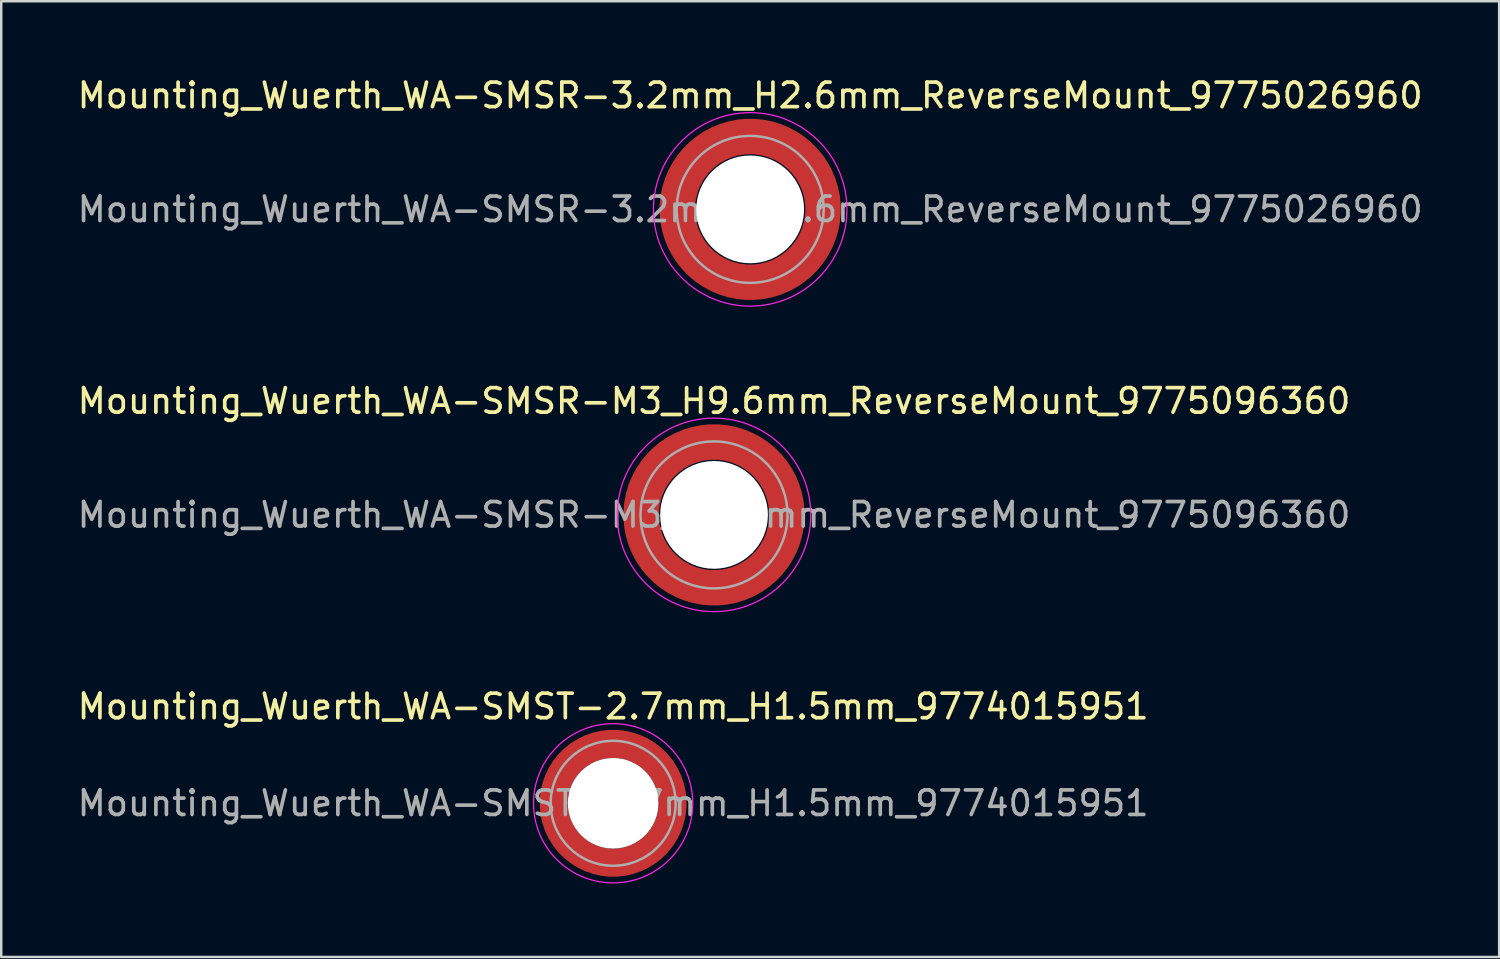
<source format=kicad_pcb>
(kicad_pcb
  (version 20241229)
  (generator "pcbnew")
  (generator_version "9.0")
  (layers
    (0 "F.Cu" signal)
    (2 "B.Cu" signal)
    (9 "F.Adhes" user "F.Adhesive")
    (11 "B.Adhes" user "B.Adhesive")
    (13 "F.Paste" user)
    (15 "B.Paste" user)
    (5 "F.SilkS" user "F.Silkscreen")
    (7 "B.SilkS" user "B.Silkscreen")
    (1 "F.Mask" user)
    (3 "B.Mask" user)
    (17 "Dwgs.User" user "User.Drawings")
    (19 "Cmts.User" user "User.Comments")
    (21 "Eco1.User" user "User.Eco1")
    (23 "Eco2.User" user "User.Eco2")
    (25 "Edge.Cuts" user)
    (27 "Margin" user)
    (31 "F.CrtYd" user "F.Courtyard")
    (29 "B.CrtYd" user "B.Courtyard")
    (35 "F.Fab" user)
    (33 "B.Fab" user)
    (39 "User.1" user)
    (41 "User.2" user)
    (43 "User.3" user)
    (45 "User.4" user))
  (footprint "Mounting_Wuerth_WA-SMSR-M3_H9.6mm_ReverseMount_9775096360"
    (layer "F.Cu")
    (at 26.101 17.971)
    (property "Reference" "Mounting_Wuerth_WA-SMSR-M3_H9.6mm_ReverseMount_9775096360" (at 0 -4.65 0) (layer "F.SilkS") (effects (font (size 1 1) (thickness 0.15))))
    (property "Mouser Part no." "" (at 0 0 0) (layer "F.Fab") (effects (font (size 1.27 1.27) (thickness 0.15))))
    (property "Mouser link" "" (at 0 0 0) (layer "F.Fab") (effects (font (size 1.27 1.27) (thickness 0.15))))
    (attr smd)
    (fp_circle (center 0 0) (end 3.95 0) (stroke (width 0.05) (type solid)) (fill no) (layer "F.CrtYd"))
    (fp_circle (center 0 0) (end 3 0) (stroke (width 0.1) (type solid)) (fill no) (layer "F.Fab"))
    (fp_text user "${REFERENCE}" (at 0 0 0) (layer "F.Fab") (effects (font (size 1 1) (thickness 0.15))))
    (pad "" smd custom (at -2.095 -2.095) (size 0.945 0.945) (layers "F.Paste") (options (anchor circle)) (primitives (gr_arc (start -0.24231 1.594804) (mid 0.404104 0.405534) (end 1.592827 -0.241886) (width 0.2)) (gr_arc (start -0.3398 1.594804) (mid 0.335987 0.338711) (end 1.591031 -0.339022) (width 0.2)) (gr_arc (start -0.437132 1.594804) (mid 0.268952 0.270807) (end 1.592231 -0.436623) (width 0.2)) (gr_arc (start -0.534324 1.594804) (mid 0.201345 0.203474) (end 1.591846 -0.53376) (width 0.2)) (gr_arc (start -0.631391 1.594804) (mid 0.134696 0.135183) (end 1.594126 -0.631267) (width 0.2)) (gr_arc (start -0.728345 1.594804) (mid 0.067234 0.067705) (end 1.594149 -0.728229) (width 0.2)) (gr_arc (start -0.825197 1.594804) (mid -0.001218 0.001219) (end 1.591408 -0.824614) (width 0.2)) (gr_arc (start -0.921958 1.594804) (mid -0.068952 -0.065985) (end 1.590665 -0.921269) (width 0.2)) (gr_arc (start -1.018637 1.594804) (mid -0.135972 -0.133907) (end 1.59192 -1.018172) (width 0.2)) (gr_arc (start -1.115239 1.594804) (mid -0.20428 -0.200537) (end 1.589574 -1.11442) (width 0.2)) (gr_arc (start -1.211773 1.594804) (mid -0.26993 -0.269828) (end 1.594662 -1.211751) (width 0.2)) (gr_arc (start -1.308244 1.594804) (mid -0.33911 -0.335587) (end 1.589875 -1.307516) (width 0.2)) (gr_arc (start -1.404657 1.594804) (mid -0.405633 -0.404004) (end 1.592524 -1.404331) (width 0.2)) (gr_arc (start -1.404657 1.594804) (mid -0.405633 -0.404004) (end 1.592524 -1.404331) (width 0.2)) (gr_line (start 1.595 -0.242) (end 1.595 -1.405) (width 0.2)) (gr_line (start -0.242 1.595) (end -1.405 1.595) (width 0.2))))
    (pad "" smd custom (at -2.095 2.095) (size 0.945 0.945) (layers "F.Paste") (options (anchor circle)) (primitives (gr_arc (start 1.594804 0.24231) (mid 0.405534 -0.404104) (end -0.241886 -1.592827) (width 0.2)) (gr_arc (start 1.594804 0.3398) (mid 0.338711 -0.335987) (end -0.339022 -1.591031) (width 0.2)) (gr_arc (start 1.594804 0.437132) (mid 0.270807 -0.268952) (end -0.436623 -1.592231) (width 0.2)) (gr_arc (start 1.594804 0.534324) (mid 0.203474 -0.201345) (end -0.53376 -1.591846) (width 0.2)) (gr_arc (start 1.594804 0.631391) (mid 0.135183 -0.134696) (end -0.631267 -1.594126) (width 0.2)) (gr_arc (start 1.594804 0.728345) (mid 0.067705 -0.067234) (end -0.728229 -1.594149) (width 0.2)) (gr_arc (start 1.594804 0.825197) (mid 0.001219 0.001218) (end -0.824614 -1.591408) (width 0.2)) (gr_arc (start 1.594804 0.921958) (mid -0.065985 0.068952) (end -0.921269 -1.590665) (width 0.2)) (gr_arc (start 1.594804 1.018637) (mid -0.133907 0.135972) (end -1.018172 -1.59192) (width 0.2)) (gr_arc (start 1.594804 1.115239) (mid -0.200537 0.20428) (end -1.11442 -1.589574) (width 0.2)) (gr_arc (start 1.594804 1.211773) (mid -0.269828 0.26993) (end -1.211751 -1.594662) (width 0.2)) (gr_arc (start 1.594804 1.308244) (mid -0.335587 0.33911) (end -1.307516 -1.589875) (width 0.2)) (gr_arc (start 1.594804 1.404657) (mid -0.404004 0.405633) (end -1.404331 -1.592524) (width 0.2)) (gr_arc (start 1.594804 1.404657) (mid -0.404004 0.405633) (end -1.404331 -1.592524) (width 0.2)) (gr_line (start -0.242 -1.595) (end -1.405 -1.595) (width 0.2)) (gr_line (start 1.595 0.242) (end 1.595 1.405) (width 0.2))))
    (pad "" np_thru_hole circle (at 0 0) (size 4.4 4.4) (drill 4.4) (layers "*.Cu" "*.Mask"))
    (pad "" smd custom (at 2.095 -2.095) (size 0.945 0.945) (layers "F.Paste") (options (anchor circle)) (primitives (gr_arc (start -1.594804 -0.24231) (mid -0.405534 0.404104) (end 0.241886 1.592827) (width 0.2)) (gr_arc (start -1.594804 -0.3398) (mid -0.338711 0.335987) (end 0.339022 1.591031) (width 0.2)) (gr_arc (start -1.594804 -0.437132) (mid -0.270807 0.268952) (end 0.436623 1.592231) (width 0.2)) (gr_arc (start -1.594804 -0.534324) (mid -0.203474 0.201345) (end 0.53376 1.591846) (width 0.2)) (gr_arc (start -1.594804 -0.631391) (mid -0.135183 0.134696) (end 0.631267 1.594126) (width 0.2)) (gr_arc (start -1.594804 -0.728345) (mid -0.067705 0.067234) (end 0.728229 1.594149) (width 0.2)) (gr_arc (start -1.594804 -0.825197) (mid -0.001219 -0.001218) (end 0.824614 1.591408) (width 0.2)) (gr_arc (start -1.594804 -0.921958) (mid 0.065985 -0.068952) (end 0.921269 1.590665) (width 0.2)) (gr_arc (start -1.594804 -1.018637) (mid 0.133907 -0.135972) (end 1.018172 1.59192) (width 0.2)) (gr_arc (start -1.594804 -1.115239) (mid 0.200537 -0.20428) (end 1.11442 1.589574) (width 0.2)) (gr_arc (start -1.594804 -1.211773) (mid 0.269828 -0.26993) (end 1.211751 1.594662) (width 0.2)) (gr_arc (start -1.594804 -1.308244) (mid 0.335587 -0.33911) (end 1.307516 1.589875) (width 0.2)) (gr_arc (start -1.594804 -1.404657) (mid 0.404004 -0.405633) (end 1.404331 1.592524) (width 0.2)) (gr_arc (start -1.594804 -1.404657) (mid 0.404004 -0.405633) (end 1.404331 1.592524) (width 0.2)) (gr_line (start 0.242 1.595) (end 1.405 1.595) (width 0.2)) (gr_line (start -1.595 -0.242) (end -1.595 -1.405) (width 0.2))))
    (pad "" smd custom (at 2.095 2.095) (size 0.945 0.945) (layers "F.Paste") (options (anchor circle)) (primitives (gr_arc (start 0.24231 -1.594804) (mid -0.404104 -0.405534) (end -1.592827 0.241886) (width 0.2)) (gr_arc (start 0.3398 -1.594804) (mid -0.335987 -0.338711) (end -1.591031 0.339022) (width 0.2)) (gr_arc (start 0.437132 -1.594804) (mid -0.268952 -0.270807) (end -1.592231 0.436623) (width 0.2)) (gr_arc (start 0.534324 -1.594804) (mid -0.201345 -0.203474) (end -1.591846 0.53376) (width 0.2)) (gr_arc (start 0.631391 -1.594804) (mid -0.134696 -0.135183) (end -1.594126 0.631267) (width 0.2)) (gr_arc (start 0.728345 -1.594804) (mid -0.067234 -0.067705) (end -1.594149 0.728229) (width 0.2)) (gr_arc (start 0.825197 -1.594804) (mid 0.001218 -0.001219) (end -1.591408 0.824614) (width 0.2)) (gr_arc (start 0.921958 -1.594804) (mid 0.068952 0.065985) (end -1.590665 0.921269) (width 0.2)) (gr_arc (start 1.018637 -1.594804) (mid 0.135972 0.133907) (end -1.59192 1.018172) (width 0.2)) (gr_arc (start 1.115239 -1.594804) (mid 0.20428 0.200537) (end -1.589574 1.11442) (width 0.2)) (gr_arc (start 1.211773 -1.594804) (mid 0.26993 0.269828) (end -1.594662 1.211751) (width 0.2)) (gr_arc (start 1.308244 -1.594804) (mid 0.33911 0.335587) (end -1.589875 1.307516) (width 0.2)) (gr_arc (start 1.404657 -1.594804) (mid 0.405633 0.404004) (end -1.592524 1.404331) (width 0.2)) (gr_arc (start 1.404657 -1.594804) (mid 0.405633 0.404004) (end -1.592524 1.404331) (width 0.2)) (gr_line (start -1.595 0.242) (end -1.595 1.405) (width 0.2)) (gr_line (start 0.242 -1.595) (end 1.405 -1.595) (width 0.2))))
    (pad "1" smd circle (at -2.975 0) (size 1.05 1.05) (layers "F.Cu"))
    (pad "1" smd circle (at 0 -2.975) (size 1.05 1.05) (layers "F.Cu"))
    (pad "1" smd circle (at 0 2.975) (size 1.05 1.05) (layers "F.Cu"))
    (pad "1" smd custom (at 2.975 0) (size 1.05 1.05) (layers "F.Cu" "F.Mask") (options (anchor circle)) (primitives (gr_circle (center -2.975 0) (end 0 0) (width 1.45) (fill no)))))
  (footprint "Mounting_Wuerth_WA-SMSR-3.2mm_H2.6mm_ReverseMount_9775026960"
    (layer "F.Cu")
    (at 27.577 5.498)
    (property "Reference" "Mounting_Wuerth_WA-SMSR-3.2mm_H2.6mm_ReverseMount_9775026960" (at 0 -4.65 0) (layer "F.SilkS") (effects (font (size 1 1) (thickness 0.15))))
    (property "Mouser Part no." "" (at 0 0 0) (layer "F.Fab") (effects (font (size 1.27 1.27) (thickness 0.15))))
    (property "Mouser link" "" (at 0 0 0) (layer "F.Fab") (effects (font (size 1.27 1.27) (thickness 0.15))))
    (attr smd)
    (fp_circle (center 0 0) (end 3.95 0) (stroke (width 0.05) (type solid)) (fill no) (layer "F.CrtYd"))
    (fp_circle (center 0 0) (end 3 0) (stroke (width 0.1) (type solid)) (fill no) (layer "F.Fab"))
    (fp_text user "${REFERENCE}" (at 0 0 0) (layer "F.Fab") (effects (font (size 1 1) (thickness 0.15))))
    (pad "" smd custom (at -2.095 -2.095) (size 0.945 0.945) (layers "F.Paste") (options (anchor circle)) (primitives (gr_arc (start -0.24231 1.594804) (mid 0.404104 0.405534) (end 1.592827 -0.241886) (width 0.2)) (gr_arc (start -0.3398 1.594804) (mid 0.335987 0.338711) (end 1.591031 -0.339022) (width 0.2)) (gr_arc (start -0.437132 1.594804) (mid 0.268952 0.270807) (end 1.592231 -0.436623) (width 0.2)) (gr_arc (start -0.534324 1.594804) (mid 0.201345 0.203474) (end 1.591846 -0.53376) (width 0.2)) (gr_arc (start -0.631391 1.594804) (mid 0.134696 0.135183) (end 1.594126 -0.631267) (width 0.2)) (gr_arc (start -0.728345 1.594804) (mid 0.067234 0.067705) (end 1.594149 -0.728229) (width 0.2)) (gr_arc (start -0.825197 1.594804) (mid -0.001218 0.001219) (end 1.591408 -0.824614) (width 0.2)) (gr_arc (start -0.921958 1.594804) (mid -0.068952 -0.065985) (end 1.590665 -0.921269) (width 0.2)) (gr_arc (start -1.018637 1.594804) (mid -0.135972 -0.133907) (end 1.59192 -1.018172) (width 0.2)) (gr_arc (start -1.115239 1.594804) (mid -0.20428 -0.200537) (end 1.589574 -1.11442) (width 0.2)) (gr_arc (start -1.211773 1.594804) (mid -0.26993 -0.269828) (end 1.594662 -1.211751) (width 0.2)) (gr_arc (start -1.308244 1.594804) (mid -0.33911 -0.335587) (end 1.589875 -1.307516) (width 0.2)) (gr_arc (start -1.404657 1.594804) (mid -0.405633 -0.404004) (end 1.592524 -1.404331) (width 0.2)) (gr_arc (start -1.404657 1.594804) (mid -0.405633 -0.404004) (end 1.592524 -1.404331) (width 0.2)) (gr_line (start 1.595 -0.242) (end 1.595 -1.405) (width 0.2)) (gr_line (start -0.242 1.595) (end -1.405 1.595) (width 0.2))))
    (pad "" smd custom (at -2.095 2.095) (size 0.945 0.945) (layers "F.Paste") (options (anchor circle)) (primitives (gr_arc (start 1.594804 0.24231) (mid 0.405534 -0.404104) (end -0.241886 -1.592827) (width 0.2)) (gr_arc (start 1.594804 0.3398) (mid 0.338711 -0.335987) (end -0.339022 -1.591031) (width 0.2)) (gr_arc (start 1.594804 0.437132) (mid 0.270807 -0.268952) (end -0.436623 -1.592231) (width 0.2)) (gr_arc (start 1.594804 0.534324) (mid 0.203474 -0.201345) (end -0.53376 -1.591846) (width 0.2)) (gr_arc (start 1.594804 0.631391) (mid 0.135183 -0.134696) (end -0.631267 -1.594126) (width 0.2)) (gr_arc (start 1.594804 0.728345) (mid 0.067705 -0.067234) (end -0.728229 -1.594149) (width 0.2)) (gr_arc (start 1.594804 0.825197) (mid 0.001219 0.001218) (end -0.824614 -1.591408) (width 0.2)) (gr_arc (start 1.594804 0.921958) (mid -0.065985 0.068952) (end -0.921269 -1.590665) (width 0.2)) (gr_arc (start 1.594804 1.018637) (mid -0.133907 0.135972) (end -1.018172 -1.59192) (width 0.2)) (gr_arc (start 1.594804 1.115239) (mid -0.200537 0.20428) (end -1.11442 -1.589574) (width 0.2)) (gr_arc (start 1.594804 1.211773) (mid -0.269828 0.26993) (end -1.211751 -1.594662) (width 0.2)) (gr_arc (start 1.594804 1.308244) (mid -0.335587 0.33911) (end -1.307516 -1.589875) (width 0.2)) (gr_arc (start 1.594804 1.404657) (mid -0.404004 0.405633) (end -1.404331 -1.592524) (width 0.2)) (gr_arc (start 1.594804 1.404657) (mid -0.404004 0.405633) (end -1.404331 -1.592524) (width 0.2)) (gr_line (start -0.242 -1.595) (end -1.405 -1.595) (width 0.2)) (gr_line (start 1.595 0.242) (end 1.595 1.405) (width 0.2))))
    (pad "" np_thru_hole circle (at 0 0) (size 4.4 4.4) (drill 4.4) (layers "*.Cu" "*.Mask"))
    (pad "" smd custom (at 2.095 -2.095) (size 0.945 0.945) (layers "F.Paste") (options (anchor circle)) (primitives (gr_arc (start -1.594804 -0.24231) (mid -0.405534 0.404104) (end 0.241886 1.592827) (width 0.2)) (gr_arc (start -1.594804 -0.3398) (mid -0.338711 0.335987) (end 0.339022 1.591031) (width 0.2)) (gr_arc (start -1.594804 -0.437132) (mid -0.270807 0.268952) (end 0.436623 1.592231) (width 0.2)) (gr_arc (start -1.594804 -0.534324) (mid -0.203474 0.201345) (end 0.53376 1.591846) (width 0.2)) (gr_arc (start -1.594804 -0.631391) (mid -0.135183 0.134696) (end 0.631267 1.594126) (width 0.2)) (gr_arc (start -1.594804 -0.728345) (mid -0.067705 0.067234) (end 0.728229 1.594149) (width 0.2)) (gr_arc (start -1.594804 -0.825197) (mid -0.001219 -0.001218) (end 0.824614 1.591408) (width 0.2)) (gr_arc (start -1.594804 -0.921958) (mid 0.065985 -0.068952) (end 0.921269 1.590665) (width 0.2)) (gr_arc (start -1.594804 -1.018637) (mid 0.133907 -0.135972) (end 1.018172 1.59192) (width 0.2)) (gr_arc (start -1.594804 -1.115239) (mid 0.200537 -0.20428) (end 1.11442 1.589574) (width 0.2)) (gr_arc (start -1.594804 -1.211773) (mid 0.269828 -0.26993) (end 1.211751 1.594662) (width 0.2)) (gr_arc (start -1.594804 -1.308244) (mid 0.335587 -0.33911) (end 1.307516 1.589875) (width 0.2)) (gr_arc (start -1.594804 -1.404657) (mid 0.404004 -0.405633) (end 1.404331 1.592524) (width 0.2)) (gr_arc (start -1.594804 -1.404657) (mid 0.404004 -0.405633) (end 1.404331 1.592524) (width 0.2)) (gr_line (start 0.242 1.595) (end 1.405 1.595) (width 0.2)) (gr_line (start -1.595 -0.242) (end -1.595 -1.405) (width 0.2))))
    (pad "" smd custom (at 2.095 2.095) (size 0.945 0.945) (layers "F.Paste") (options (anchor circle)) (primitives (gr_arc (start 0.24231 -1.594804) (mid -0.404104 -0.405534) (end -1.592827 0.241886) (width 0.2)) (gr_arc (start 0.3398 -1.594804) (mid -0.335987 -0.338711) (end -1.591031 0.339022) (width 0.2)) (gr_arc (start 0.437132 -1.594804) (mid -0.268952 -0.270807) (end -1.592231 0.436623) (width 0.2)) (gr_arc (start 0.534324 -1.594804) (mid -0.201345 -0.203474) (end -1.591846 0.53376) (width 0.2)) (gr_arc (start 0.631391 -1.594804) (mid -0.134696 -0.135183) (end -1.594126 0.631267) (width 0.2)) (gr_arc (start 0.728345 -1.594804) (mid -0.067234 -0.067705) (end -1.594149 0.728229) (width 0.2)) (gr_arc (start 0.825197 -1.594804) (mid 0.001218 -0.001219) (end -1.591408 0.824614) (width 0.2)) (gr_arc (start 0.921958 -1.594804) (mid 0.068952 0.065985) (end -1.590665 0.921269) (width 0.2)) (gr_arc (start 1.018637 -1.594804) (mid 0.135972 0.133907) (end -1.59192 1.018172) (width 0.2)) (gr_arc (start 1.115239 -1.594804) (mid 0.20428 0.200537) (end -1.589574 1.11442) (width 0.2)) (gr_arc (start 1.211773 -1.594804) (mid 0.26993 0.269828) (end -1.594662 1.211751) (width 0.2)) (gr_arc (start 1.308244 -1.594804) (mid 0.33911 0.335587) (end -1.589875 1.307516) (width 0.2)) (gr_arc (start 1.404657 -1.594804) (mid 0.405633 0.404004) (end -1.592524 1.404331) (width 0.2)) (gr_arc (start 1.404657 -1.594804) (mid 0.405633 0.404004) (end -1.592524 1.404331) (width 0.2)) (gr_line (start -1.595 0.242) (end -1.595 1.405) (width 0.2)) (gr_line (start 0.242 -1.595) (end 1.405 -1.595) (width 0.2))))
    (pad "1" smd circle (at -2.975 0) (size 1.05 1.05) (layers "F.Cu"))
    (pad "1" smd circle (at 0 -2.975) (size 1.05 1.05) (layers "F.Cu"))
    (pad "1" smd circle (at 0 2.975) (size 1.05 1.05) (layers "F.Cu"))
    (pad "1" smd custom (at 2.975 0) (size 1.05 1.05) (layers "F.Cu" "F.Mask") (options (anchor circle)) (primitives (gr_circle (center -2.975 0) (end 0 0) (width 1.45) (fill no)))))
  (footprint "Mounting_Wuerth_WA-SMST-2.7mm_H1.5mm_9774015951"
    (layer "F.Cu")
    (at 21.982 29.745)
    (property "Reference" "Mounting_Wuerth_WA-SMST-2.7mm_H1.5mm_9774015951" (at 0 -3.95 0) (layer "F.SilkS") (effects (font (size 1 1) (thickness 0.15))))
    (property "Mouser Part no." "" (at 0 0 0) (layer "F.Fab") (effects (font (size 1.27 1.27) (thickness 0.15))))
    (property "Mouser link" "" (at 0 0 0) (layer "F.Fab") (effects (font (size 1.27 1.27) (thickness 0.15))))
    (attr smd)
    (fp_circle (center 0 0) (end 3.25 0) (stroke (width 0.05) (type solid)) (fill no) (layer "F.CrtYd"))
    (fp_circle (center 0 0) (end 2.55 0) (stroke (width 0.1) (type solid)) (fill no) (layer "F.Fab"))
    (fp_text user "${REFERENCE}" (at 0 0 0) (layer "F.Fab") (effects (font (size 1 1) (thickness 0.15))))
    (pad "" smd custom (at -1.704 -1.704) (size 0.62 0.62) (layers "F.Paste") (options (anchor circle)) (primitives (gr_arc (start -0.250195 1.279127) (mid 0.289146 0.290681) (end 1.277006 -0.249732) (width 0.2)) (gr_arc (start -0.34334 1.279127) (mid 0.224883 0.226093) (end 1.277452 -0.342992) (width 0.2)) (gr_arc (start -0.436309 1.279127) (mid 0.160537 0.16159) (end 1.277666 -0.436018) (width 0.2)) (gr_arc (start -0.529126 1.279127) (mid 0.095932 0.097343) (end 1.277167 -0.528752) (width 0.2)) (gr_arc (start -0.621807 1.279127) (mid 0.0309 0.033527) (end 1.275473 -0.621136) (width 0.2)) (gr_arc (start -0.71437 1.279127) (mid -0.03322 -0.031206) (end 1.276322 -0.713875) (width 0.2)) (gr_arc (start -0.806826 1.279127) (mid -0.097997 -0.095278) (end 1.275336 -0.806181) (width 0.2)) (gr_arc (start -0.899187 1.279127) (mid -0.161977 -0.160149) (end 1.276577 -0.898769) (width 0.2)) (gr_arc (start -0.991463 1.279127) (mid -0.226842 -0.224133) (end 1.275343 -0.990864) (width 0.2)) (gr_arc (start -1.083663 1.279127) (mid -0.291026 -0.288801) (end 1.276016 -1.083187) (width 0.2)) (gr_line (start 1.279 -0.25) (end 1.279 -1.084) (width 0.2)) (gr_line (start -0.25 1.279) (end -1.084 1.279) (width 0.2))))
    (pad "" smd custom (at -1.704 1.704) (size 0.62 0.62) (layers "F.Paste") (options (anchor circle)) (primitives (gr_arc (start 1.279127 0.250195) (mid 0.290681 -0.289146) (end -0.249732 -1.277006) (width 0.2)) (gr_arc (start 1.279127 0.34334) (mid 0.226093 -0.224883) (end -0.342992 -1.277452) (width 0.2)) (gr_arc (start 1.279127 0.436309) (mid 0.16159 -0.160537) (end -0.436018 -1.277666) (width 0.2)) (gr_arc (start 1.279127 0.529126) (mid 0.097343 -0.095932) (end -0.528752 -1.277167) (width 0.2)) (gr_arc (start 1.279127 0.621807) (mid 0.033527 -0.0309) (end -0.621136 -1.275473) (width 0.2)) (gr_arc (start 1.279127 0.71437) (mid -0.031206 0.03322) (end -0.713875 -1.276322) (width 0.2)) (gr_arc (start 1.279127 0.806826) (mid -0.095278 0.097997) (end -0.806181 -1.275336) (width 0.2)) (gr_arc (start 1.279127 0.899187) (mid -0.160149 0.161977) (end -0.898769 -1.276577) (width 0.2)) (gr_arc (start 1.279127 0.991463) (mid -0.224133 0.226842) (end -0.990864 -1.275343) (width 0.2)) (gr_arc (start 1.279127 1.083663) (mid -0.288801 0.291026) (end -1.083187 -1.276016) (width 0.2)) (gr_line (start -0.25 -1.279) (end -1.084 -1.279) (width 0.2)) (gr_line (start 1.279 0.25) (end 1.279 1.084) (width 0.2))))
    (pad "" np_thru_hole circle (at 0 0) (size 3.7 3.7) (drill 3.7) (layers "*.Cu" "*.Mask"))
    (pad "" smd custom (at 1.704 -1.704) (size 0.62 0.62) (layers "F.Paste") (options (anchor circle)) (primitives (gr_arc (start -1.279127 -0.250195) (mid -0.290681 0.289146) (end 0.249732 1.277006) (width 0.2)) (gr_arc (start -1.279127 -0.34334) (mid -0.226093 0.224883) (end 0.342992 1.277452) (width 0.2)) (gr_arc (start -1.279127 -0.436309) (mid -0.16159 0.160537) (end 0.436018 1.277666) (width 0.2)) (gr_arc (start -1.279127 -0.529126) (mid -0.097343 0.095932) (end 0.528752 1.277167) (width 0.2)) (gr_arc (start -1.279127 -0.621807) (mid -0.033527 0.0309) (end 0.621136 1.275473) (width 0.2)) (gr_arc (start -1.279127 -0.71437) (mid 0.031206 -0.03322) (end 0.713875 1.276322) (width 0.2)) (gr_arc (start -1.279127 -0.806826) (mid 0.095278 -0.097997) (end 0.806181 1.275336) (width 0.2)) (gr_arc (start -1.279127 -0.899187) (mid 0.160149 -0.161977) (end 0.898769 1.276577) (width 0.2)) (gr_arc (start -1.279127 -0.991463) (mid 0.224133 -0.226842) (end 0.990864 1.275343) (width 0.2)) (gr_arc (start -1.279127 -1.083663) (mid 0.288801 -0.291026) (end 1.083187 1.276016) (width 0.2)) (gr_line (start 0.25 1.279) (end 1.084 1.279) (width 0.2)) (gr_line (start -1.279 -0.25) (end -1.279 -1.084) (width 0.2))))
    (pad "" smd custom (at 1.704 1.704) (size 0.62 0.62) (layers "F.Paste") (options (anchor circle)) (primitives (gr_arc (start 0.250195 -1.279127) (mid -0.289146 -0.290681) (end -1.277006 0.249732) (width 0.2)) (gr_arc (start 0.34334 -1.279127) (mid -0.224883 -0.226093) (end -1.277452 0.342992) (width 0.2)) (gr_arc (start 0.436309 -1.279127) (mid -0.160537 -0.16159) (end -1.277666 0.436018) (width 0.2)) (gr_arc (start 0.529126 -1.279127) (mid -0.095932 -0.097343) (end -1.277167 0.528752) (width 0.2)) (gr_arc (start 0.621807 -1.279127) (mid -0.0309 -0.033527) (end -1.275473 0.621136) (width 0.2)) (gr_arc (start 0.71437 -1.279127) (mid 0.03322 0.031206) (end -1.276322 0.713875) (width 0.2)) (gr_arc (start 0.806826 -1.279127) (mid 0.097997 0.095278) (end -1.275336 0.806181) (width 0.2)) (gr_arc (start 0.899187 -1.279127) (mid 0.161977 0.160149) (end -1.276577 0.898769) (width 0.2)) (gr_arc (start 0.991463 -1.279127) (mid 0.226842 0.224133) (end -1.275343 0.990864) (width 0.2)) (gr_arc (start 1.083663 -1.279127) (mid 0.291026 0.288801) (end -1.276016 1.083187) (width 0.2)) (gr_line (start -1.279 0.25) (end -1.279 1.084) (width 0.2)) (gr_line (start 0.25 -1.279) (end 1.084 -1.279) (width 0.2))))
    (pad "1" smd circle (at -2.425 0) (size 0.75 0.75) (layers "F.Cu"))
    (pad "1" smd circle (at 0 -2.425) (size 0.75 0.75) (layers "F.Cu"))
    (pad "1" smd circle (at 0 2.425) (size 0.75 0.75) (layers "F.Cu"))
    (pad "1" smd custom (at 2.425 0) (size 0.75 0.75) (layers "F.Cu" "F.Mask") (options (anchor circle)) (primitives (gr_circle (center -2.425 0) (end 0 0) (width 1.15) (fill no)))))
  (gr_rect
    (start -3 -3)
    (end 58.155 36.02)
    (stroke (width 0.1) (type default))
    (fill no)
    (layer "Edge.Cuts")))
</source>
